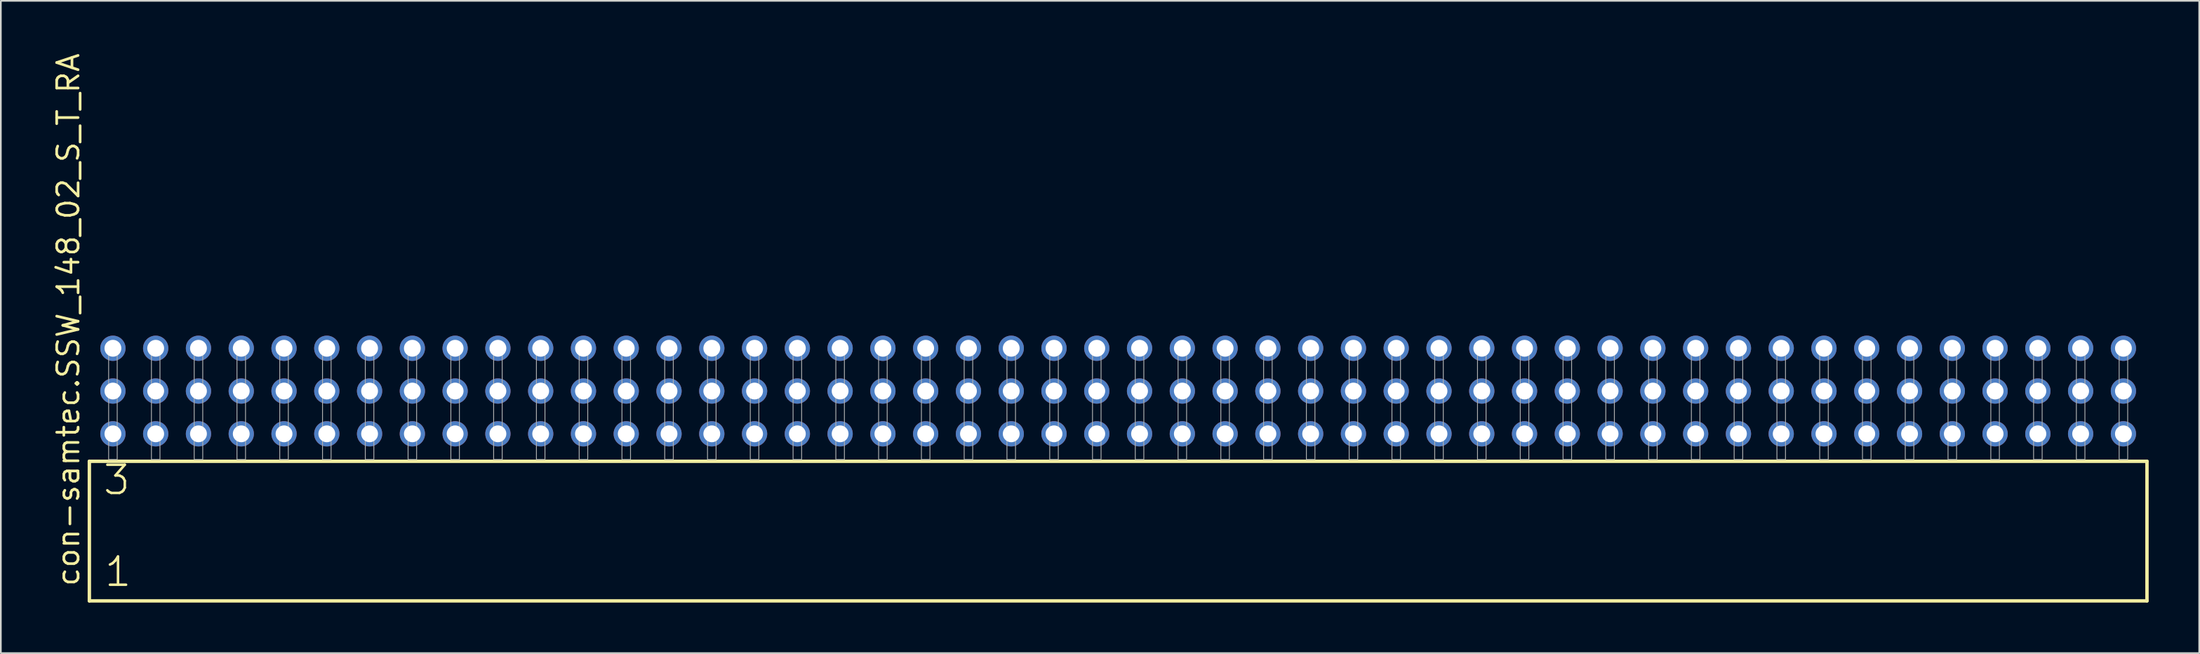
<source format=kicad_pcb>
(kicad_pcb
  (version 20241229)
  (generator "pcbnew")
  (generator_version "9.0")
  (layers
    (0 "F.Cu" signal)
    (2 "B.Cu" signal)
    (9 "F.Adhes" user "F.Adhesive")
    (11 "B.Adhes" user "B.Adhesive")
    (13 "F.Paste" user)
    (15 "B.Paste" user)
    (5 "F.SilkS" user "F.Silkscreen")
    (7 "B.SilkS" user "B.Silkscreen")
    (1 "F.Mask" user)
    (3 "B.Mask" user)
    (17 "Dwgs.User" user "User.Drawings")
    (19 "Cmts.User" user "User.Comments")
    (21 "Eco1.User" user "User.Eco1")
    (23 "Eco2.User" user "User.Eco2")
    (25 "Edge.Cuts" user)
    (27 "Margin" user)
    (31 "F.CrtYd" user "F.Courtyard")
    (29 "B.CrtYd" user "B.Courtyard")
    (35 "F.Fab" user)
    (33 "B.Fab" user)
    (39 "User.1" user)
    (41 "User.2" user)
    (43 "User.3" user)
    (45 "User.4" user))
  (footprint "con-samtec.SSW_148_02_S_T_RA"
    (layer "F.Cu")
    (at 63.345 24.235)
    (property "Reference" "con-samtec.SSW_148_02_S_T_RA" (at -61.595 7.62 90) (layer "F.SilkS") (effects (font (size 1.27 1.27) (thickness 0.16)) (justify left bottom)))
    (attr through_hole)
    (fp_line (start -61.089 0.106) (end -61.089 8.396) (stroke (width 0.203) (type default)) (layer "F.SilkS"))
    (fp_line (start -61.089 8.396) (end 61.089 8.396) (stroke (width 0.203) (type default)) (layer "F.SilkS"))
    (fp_line (start 61.089 0.106) (end -61.089 0.106) (stroke (width 0.203) (type default)) (layer "F.SilkS"))
    (fp_line (start 61.089 8.396) (end 61.089 0.106) (stroke (width 0.203) (type default)) (layer "F.SilkS"))
    (fp_rect (start -59.944 0) (end -59.436 -6.858) (stroke (width 0.05) (type default)) (fill no) (layer "F.Fab"))
    (fp_rect (start -57.404 0) (end -56.896 -6.858) (stroke (width 0.05) (type default)) (fill no) (layer "F.Fab"))
    (fp_rect (start -54.864 0) (end -54.356 -6.858) (stroke (width 0.05) (type default)) (fill no) (layer "F.Fab"))
    (fp_rect (start -52.324 0) (end -51.816 -6.858) (stroke (width 0.05) (type default)) (fill no) (layer "F.Fab"))
    (fp_rect (start -49.784 0) (end -49.276 -6.858) (stroke (width 0.05) (type default)) (fill no) (layer "F.Fab"))
    (fp_rect (start -47.244 0) (end -46.736 -6.858) (stroke (width 0.05) (type default)) (fill no) (layer "F.Fab"))
    (fp_rect (start -44.704 0) (end -44.196 -6.858) (stroke (width 0.05) (type default)) (fill no) (layer "F.Fab"))
    (fp_rect (start -42.164 0) (end -41.656 -6.858) (stroke (width 0.05) (type default)) (fill no) (layer "F.Fab"))
    (fp_rect (start -39.624 0) (end -39.116 -6.858) (stroke (width 0.05) (type default)) (fill no) (layer "F.Fab"))
    (fp_rect (start -37.084 0) (end -36.576 -6.858) (stroke (width 0.05) (type default)) (fill no) (layer "F.Fab"))
    (fp_rect (start -34.544 0) (end -34.036 -6.858) (stroke (width 0.05) (type default)) (fill no) (layer "F.Fab"))
    (fp_rect (start -32.004 0) (end -31.496 -6.858) (stroke (width 0.05) (type default)) (fill no) (layer "F.Fab"))
    (fp_rect (start -29.464 0) (end -28.956 -6.858) (stroke (width 0.05) (type default)) (fill no) (layer "F.Fab"))
    (fp_rect (start -26.924 0) (end -26.416 -6.858) (stroke (width 0.05) (type default)) (fill no) (layer "F.Fab"))
    (fp_rect (start -24.384 0) (end -23.876 -6.858) (stroke (width 0.05) (type default)) (fill no) (layer "F.Fab"))
    (fp_rect (start -21.844 0) (end -21.336 -6.858) (stroke (width 0.05) (type default)) (fill no) (layer "F.Fab"))
    (fp_rect (start -19.304 0) (end -18.796 -6.858) (stroke (width 0.05) (type default)) (fill no) (layer "F.Fab"))
    (fp_rect (start -16.764 0) (end -16.256 -6.858) (stroke (width 0.05) (type default)) (fill no) (layer "F.Fab"))
    (fp_rect (start -14.224 0) (end -13.716 -6.858) (stroke (width 0.05) (type default)) (fill no) (layer "F.Fab"))
    (fp_rect (start -11.684 0) (end -11.176 -6.858) (stroke (width 0.05) (type default)) (fill no) (layer "F.Fab"))
    (fp_rect (start -9.144 0) (end -8.636 -6.858) (stroke (width 0.05) (type default)) (fill no) (layer "F.Fab"))
    (fp_rect (start -6.604 0) (end -6.096 -6.858) (stroke (width 0.05) (type default)) (fill no) (layer "F.Fab"))
    (fp_rect (start -4.064 0) (end -3.556 -6.858) (stroke (width 0.05) (type default)) (fill no) (layer "F.Fab"))
    (fp_rect (start -1.524 0) (end -1.016 -6.858) (stroke (width 0.05) (type default)) (fill no) (layer "F.Fab"))
    (fp_rect (start 1.016 0) (end 1.524 -6.858) (stroke (width 0.05) (type default)) (fill no) (layer "F.Fab"))
    (fp_rect (start 3.556 0) (end 4.064 -6.858) (stroke (width 0.05) (type default)) (fill no) (layer "F.Fab"))
    (fp_rect (start 6.096 0) (end 6.604 -6.858) (stroke (width 0.05) (type default)) (fill no) (layer "F.Fab"))
    (fp_rect (start 8.636 0) (end 9.144 -6.858) (stroke (width 0.05) (type default)) (fill no) (layer "F.Fab"))
    (fp_rect (start 11.176 0) (end 11.684 -6.858) (stroke (width 0.05) (type default)) (fill no) (layer "F.Fab"))
    (fp_rect (start 13.716 0) (end 14.224 -6.858) (stroke (width 0.05) (type default)) (fill no) (layer "F.Fab"))
    (fp_rect (start 16.256 0) (end 16.764 -6.858) (stroke (width 0.05) (type default)) (fill no) (layer "F.Fab"))
    (fp_rect (start 18.796 0) (end 19.304 -6.858) (stroke (width 0.05) (type default)) (fill no) (layer "F.Fab"))
    (fp_rect (start 21.336 0) (end 21.844 -6.858) (stroke (width 0.05) (type default)) (fill no) (layer "F.Fab"))
    (fp_rect (start 23.876 0) (end 24.384 -6.858) (stroke (width 0.05) (type default)) (fill no) (layer "F.Fab"))
    (fp_rect (start 26.416 0) (end 26.924 -6.858) (stroke (width 0.05) (type default)) (fill no) (layer "F.Fab"))
    (fp_rect (start 28.956 0) (end 29.464 -6.858) (stroke (width 0.05) (type default)) (fill no) (layer "F.Fab"))
    (fp_rect (start 31.496 0) (end 32.004 -6.858) (stroke (width 0.05) (type default)) (fill no) (layer "F.Fab"))
    (fp_rect (start 34.036 0) (end 34.544 -6.858) (stroke (width 0.05) (type default)) (fill no) (layer "F.Fab"))
    (fp_rect (start 36.576 0) (end 37.084 -6.858) (stroke (width 0.05) (type default)) (fill no) (layer "F.Fab"))
    (fp_rect (start 39.116 0) (end 39.624 -6.858) (stroke (width 0.05) (type default)) (fill no) (layer "F.Fab"))
    (fp_rect (start 41.656 0) (end 42.164 -6.858) (stroke (width 0.05) (type default)) (fill no) (layer "F.Fab"))
    (fp_rect (start 44.196 0) (end 44.704 -6.858) (stroke (width 0.05) (type default)) (fill no) (layer "F.Fab"))
    (fp_rect (start 46.736 0) (end 47.244 -6.858) (stroke (width 0.05) (type default)) (fill no) (layer "F.Fab"))
    (fp_rect (start 49.276 0) (end 49.784 -6.858) (stroke (width 0.05) (type default)) (fill no) (layer "F.Fab"))
    (fp_rect (start 51.816 0) (end 52.324 -6.858) (stroke (width 0.05) (type default)) (fill no) (layer "F.Fab"))
    (fp_rect (start 54.356 0) (end 54.864 -6.858) (stroke (width 0.05) (type default)) (fill no) (layer "F.Fab"))
    (fp_rect (start 56.896 0) (end 57.404 -6.858) (stroke (width 0.05) (type default)) (fill no) (layer "F.Fab"))
    (fp_rect (start 59.436 0) (end 59.944 -6.858) (stroke (width 0.05) (type default)) (fill no) (layer "F.Fab"))
    (fp_text user "1" (at -60.285 7.65 0) (layer "F.SilkS") (effects (font (size 1.676 1.676) (thickness 0.15)) (justify left bottom)))
    (fp_text user "3" (at -60.36 2.2 0) (layer "F.SilkS") (effects (font (size 1.676 1.676) (thickness 0.15)) (justify left bottom)))
    (pad "1" thru_hole circle (at -59.69 -1.524) (size 1.5 1.5) (drill 1) (layers "*.Cu" "*.Mask"))
    (pad "2" thru_hole circle (at -59.69 -4.064) (size 1.5 1.5) (drill 1) (layers "*.Cu" "*.Mask"))
    (pad "3" thru_hole circle (at -59.69 -6.604) (size 1.5 1.5) (drill 1) (layers "*.Cu" "*.Mask"))
    (pad "4" thru_hole circle (at -57.15 -1.524) (size 1.5 1.5) (drill 1) (layers "*.Cu" "*.Mask"))
    (pad "5" thru_hole circle (at -57.15 -4.064) (size 1.5 1.5) (drill 1) (layers "*.Cu" "*.Mask"))
    (pad "6" thru_hole circle (at -57.15 -6.604) (size 1.5 1.5) (drill 1) (layers "*.Cu" "*.Mask"))
    (pad "7" thru_hole circle (at -54.61 -1.524) (size 1.5 1.5) (drill 1) (layers "*.Cu" "*.Mask"))
    (pad "8" thru_hole circle (at -54.61 -4.064) (size 1.5 1.5) (drill 1) (layers "*.Cu" "*.Mask"))
    (pad "9" thru_hole circle (at -54.61 -6.604) (size 1.5 1.5) (drill 1) (layers "*.Cu" "*.Mask"))
    (pad "10" thru_hole circle (at -52.07 -1.524) (size 1.5 1.5) (drill 1) (layers "*.Cu" "*.Mask"))
    (pad "11" thru_hole circle (at -52.07 -4.064) (size 1.5 1.5) (drill 1) (layers "*.Cu" "*.Mask"))
    (pad "12" thru_hole circle (at -52.07 -6.604) (size 1.5 1.5) (drill 1) (layers "*.Cu" "*.Mask"))
    (pad "13" thru_hole circle (at -49.53 -1.524) (size 1.5 1.5) (drill 1) (layers "*.Cu" "*.Mask"))
    (pad "14" thru_hole circle (at -49.53 -4.064) (size 1.5 1.5) (drill 1) (layers "*.Cu" "*.Mask"))
    (pad "15" thru_hole circle (at -49.53 -6.604) (size 1.5 1.5) (drill 1) (layers "*.Cu" "*.Mask"))
    (pad "16" thru_hole circle (at -46.99 -1.524) (size 1.5 1.5) (drill 1) (layers "*.Cu" "*.Mask"))
    (pad "17" thru_hole circle (at -46.99 -4.064) (size 1.5 1.5) (drill 1) (layers "*.Cu" "*.Mask"))
    (pad "18" thru_hole circle (at -46.99 -6.604) (size 1.5 1.5) (drill 1) (layers "*.Cu" "*.Mask"))
    (pad "19" thru_hole circle (at -44.45 -1.524) (size 1.5 1.5) (drill 1) (layers "*.Cu" "*.Mask"))
    (pad "20" thru_hole circle (at -44.45 -4.064) (size 1.5 1.5) (drill 1) (layers "*.Cu" "*.Mask"))
    (pad "21" thru_hole circle (at -44.45 -6.604) (size 1.5 1.5) (drill 1) (layers "*.Cu" "*.Mask"))
    (pad "22" thru_hole circle (at -41.91 -1.524) (size 1.5 1.5) (drill 1) (layers "*.Cu" "*.Mask"))
    (pad "23" thru_hole circle (at -41.91 -4.064) (size 1.5 1.5) (drill 1) (layers "*.Cu" "*.Mask"))
    (pad "24" thru_hole circle (at -41.91 -6.604) (size 1.5 1.5) (drill 1) (layers "*.Cu" "*.Mask"))
    (pad "25" thru_hole circle (at -39.37 -1.524) (size 1.5 1.5) (drill 1) (layers "*.Cu" "*.Mask"))
    (pad "26" thru_hole circle (at -39.37 -4.064) (size 1.5 1.5) (drill 1) (layers "*.Cu" "*.Mask"))
    (pad "27" thru_hole circle (at -39.37 -6.604) (size 1.5 1.5) (drill 1) (layers "*.Cu" "*.Mask"))
    (pad "28" thru_hole circle (at -36.83 -1.524) (size 1.5 1.5) (drill 1) (layers "*.Cu" "*.Mask"))
    (pad "29" thru_hole circle (at -36.83 -4.064) (size 1.5 1.5) (drill 1) (layers "*.Cu" "*.Mask"))
    (pad "30" thru_hole circle (at -36.83 -6.604) (size 1.5 1.5) (drill 1) (layers "*.Cu" "*.Mask"))
    (pad "31" thru_hole circle (at -34.29 -1.524) (size 1.5 1.5) (drill 1) (layers "*.Cu" "*.Mask"))
    (pad "32" thru_hole circle (at -34.29 -4.064) (size 1.5 1.5) (drill 1) (layers "*.Cu" "*.Mask"))
    (pad "33" thru_hole circle (at -34.29 -6.604) (size 1.5 1.5) (drill 1) (layers "*.Cu" "*.Mask"))
    (pad "34" thru_hole circle (at -31.75 -1.524) (size 1.5 1.5) (drill 1) (layers "*.Cu" "*.Mask"))
    (pad "35" thru_hole circle (at -31.75 -4.064) (size 1.5 1.5) (drill 1) (layers "*.Cu" "*.Mask"))
    (pad "36" thru_hole circle (at -31.75 -6.604) (size 1.5 1.5) (drill 1) (layers "*.Cu" "*.Mask"))
    (pad "37" thru_hole circle (at -29.21 -1.524) (size 1.5 1.5) (drill 1) (layers "*.Cu" "*.Mask"))
    (pad "38" thru_hole circle (at -29.21 -4.064) (size 1.5 1.5) (drill 1) (layers "*.Cu" "*.Mask"))
    (pad "39" thru_hole circle (at -29.21 -6.604) (size 1.5 1.5) (drill 1) (layers "*.Cu" "*.Mask"))
    (pad "40" thru_hole circle (at -26.67 -1.524) (size 1.5 1.5) (drill 1) (layers "*.Cu" "*.Mask"))
    (pad "41" thru_hole circle (at -26.67 -4.064) (size 1.5 1.5) (drill 1) (layers "*.Cu" "*.Mask"))
    (pad "42" thru_hole circle (at -26.67 -6.604) (size 1.5 1.5) (drill 1) (layers "*.Cu" "*.Mask"))
    (pad "43" thru_hole circle (at -24.13 -1.524) (size 1.5 1.5) (drill 1) (layers "*.Cu" "*.Mask"))
    (pad "44" thru_hole circle (at -24.13 -4.064) (size 1.5 1.5) (drill 1) (layers "*.Cu" "*.Mask"))
    (pad "45" thru_hole circle (at -24.13 -6.604) (size 1.5 1.5) (drill 1) (layers "*.Cu" "*.Mask"))
    (pad "46" thru_hole circle (at -21.59 -1.524) (size 1.5 1.5) (drill 1) (layers "*.Cu" "*.Mask"))
    (pad "47" thru_hole circle (at -21.59 -4.064) (size 1.5 1.5) (drill 1) (layers "*.Cu" "*.Mask"))
    (pad "48" thru_hole circle (at -21.59 -6.604) (size 1.5 1.5) (drill 1) (layers "*.Cu" "*.Mask"))
    (pad "49" thru_hole circle (at -19.05 -1.524) (size 1.5 1.5) (drill 1) (layers "*.Cu" "*.Mask"))
    (pad "50" thru_hole circle (at -19.05 -4.064) (size 1.5 1.5) (drill 1) (layers "*.Cu" "*.Mask"))
    (pad "51" thru_hole circle (at -19.05 -6.604) (size 1.5 1.5) (drill 1) (layers "*.Cu" "*.Mask"))
    (pad "52" thru_hole circle (at -16.51 -1.524) (size 1.5 1.5) (drill 1) (layers "*.Cu" "*.Mask"))
    (pad "53" thru_hole circle (at -16.51 -4.064) (size 1.5 1.5) (drill 1) (layers "*.Cu" "*.Mask"))
    (pad "54" thru_hole circle (at -16.51 -6.604) (size 1.5 1.5) (drill 1) (layers "*.Cu" "*.Mask"))
    (pad "55" thru_hole circle (at -13.97 -1.524) (size 1.5 1.5) (drill 1) (layers "*.Cu" "*.Mask"))
    (pad "56" thru_hole circle (at -13.97 -4.064) (size 1.5 1.5) (drill 1) (layers "*.Cu" "*.Mask"))
    (pad "57" thru_hole circle (at -13.97 -6.604) (size 1.5 1.5) (drill 1) (layers "*.Cu" "*.Mask"))
    (pad "58" thru_hole circle (at -11.43 -1.524) (size 1.5 1.5) (drill 1) (layers "*.Cu" "*.Mask"))
    (pad "59" thru_hole circle (at -11.43 -4.064) (size 1.5 1.5) (drill 1) (layers "*.Cu" "*.Mask"))
    (pad "60" thru_hole circle (at -11.43 -6.604) (size 1.5 1.5) (drill 1) (layers "*.Cu" "*.Mask"))
    (pad "61" thru_hole circle (at -8.89 -1.524) (size 1.5 1.5) (drill 1) (layers "*.Cu" "*.Mask"))
    (pad "62" thru_hole circle (at -8.89 -4.064) (size 1.5 1.5) (drill 1) (layers "*.Cu" "*.Mask"))
    (pad "63" thru_hole circle (at -8.89 -6.604) (size 1.5 1.5) (drill 1) (layers "*.Cu" "*.Mask"))
    (pad "64" thru_hole circle (at -6.35 -1.524) (size 1.5 1.5) (drill 1) (layers "*.Cu" "*.Mask"))
    (pad "65" thru_hole circle (at -6.35 -4.064) (size 1.5 1.5) (drill 1) (layers "*.Cu" "*.Mask"))
    (pad "66" thru_hole circle (at -6.35 -6.604) (size 1.5 1.5) (drill 1) (layers "*.Cu" "*.Mask"))
    (pad "67" thru_hole circle (at -3.81 -1.524) (size 1.5 1.5) (drill 1) (layers "*.Cu" "*.Mask"))
    (pad "68" thru_hole circle (at -3.81 -4.064) (size 1.5 1.5) (drill 1) (layers "*.Cu" "*.Mask"))
    (pad "69" thru_hole circle (at -3.81 -6.604) (size 1.5 1.5) (drill 1) (layers "*.Cu" "*.Mask"))
    (pad "70" thru_hole circle (at -1.27 -1.524) (size 1.5 1.5) (drill 1) (layers "*.Cu" "*.Mask"))
    (pad "71" thru_hole circle (at -1.27 -4.064) (size 1.5 1.5) (drill 1) (layers "*.Cu" "*.Mask"))
    (pad "72" thru_hole circle (at -1.27 -6.604) (size 1.5 1.5) (drill 1) (layers "*.Cu" "*.Mask"))
    (pad "73" thru_hole circle (at 1.27 -1.524) (size 1.5 1.5) (drill 1) (layers "*.Cu" "*.Mask"))
    (pad "74" thru_hole circle (at 1.27 -4.064) (size 1.5 1.5) (drill 1) (layers "*.Cu" "*.Mask"))
    (pad "75" thru_hole circle (at 1.27 -6.604) (size 1.5 1.5) (drill 1) (layers "*.Cu" "*.Mask"))
    (pad "76" thru_hole circle (at 3.81 -1.524) (size 1.5 1.5) (drill 1) (layers "*.Cu" "*.Mask"))
    (pad "77" thru_hole circle (at 3.81 -4.064) (size 1.5 1.5) (drill 1) (layers "*.Cu" "*.Mask"))
    (pad "78" thru_hole circle (at 3.81 -6.604) (size 1.5 1.5) (drill 1) (layers "*.Cu" "*.Mask"))
    (pad "79" thru_hole circle (at 6.35 -1.524) (size 1.5 1.5) (drill 1) (layers "*.Cu" "*.Mask"))
    (pad "80" thru_hole circle (at 6.35 -4.064) (size 1.5 1.5) (drill 1) (layers "*.Cu" "*.Mask"))
    (pad "81" thru_hole circle (at 6.35 -6.604) (size 1.5 1.5) (drill 1) (layers "*.Cu" "*.Mask"))
    (pad "82" thru_hole circle (at 8.89 -1.524) (size 1.5 1.5) (drill 1) (layers "*.Cu" "*.Mask"))
    (pad "83" thru_hole circle (at 8.89 -4.064) (size 1.5 1.5) (drill 1) (layers "*.Cu" "*.Mask"))
    (pad "84" thru_hole circle (at 8.89 -6.604) (size 1.5 1.5) (drill 1) (layers "*.Cu" "*.Mask"))
    (pad "85" thru_hole circle (at 11.43 -1.524) (size 1.5 1.5) (drill 1) (layers "*.Cu" "*.Mask"))
    (pad "86" thru_hole circle (at 11.43 -4.064) (size 1.5 1.5) (drill 1) (layers "*.Cu" "*.Mask"))
    (pad "87" thru_hole circle (at 11.43 -6.604) (size 1.5 1.5) (drill 1) (layers "*.Cu" "*.Mask"))
    (pad "88" thru_hole circle (at 13.97 -1.524) (size 1.5 1.5) (drill 1) (layers "*.Cu" "*.Mask"))
    (pad "89" thru_hole circle (at 13.97 -4.064) (size 1.5 1.5) (drill 1) (layers "*.Cu" "*.Mask"))
    (pad "90" thru_hole circle (at 13.97 -6.604) (size 1.5 1.5) (drill 1) (layers "*.Cu" "*.Mask"))
    (pad "91" thru_hole circle (at 16.51 -1.524) (size 1.5 1.5) (drill 1) (layers "*.Cu" "*.Mask"))
    (pad "92" thru_hole circle (at 16.51 -4.064) (size 1.5 1.5) (drill 1) (layers "*.Cu" "*.Mask"))
    (pad "93" thru_hole circle (at 16.51 -6.604) (size 1.5 1.5) (drill 1) (layers "*.Cu" "*.Mask"))
    (pad "94" thru_hole circle (at 19.05 -1.524) (size 1.5 1.5) (drill 1) (layers "*.Cu" "*.Mask"))
    (pad "95" thru_hole circle (at 19.05 -4.064) (size 1.5 1.5) (drill 1) (layers "*.Cu" "*.Mask"))
    (pad "96" thru_hole circle (at 19.05 -6.604) (size 1.5 1.5) (drill 1) (layers "*.Cu" "*.Mask"))
    (pad "97" thru_hole circle (at 21.59 -1.524) (size 1.5 1.5) (drill 1) (layers "*.Cu" "*.Mask"))
    (pad "98" thru_hole circle (at 21.59 -4.064) (size 1.5 1.5) (drill 1) (layers "*.Cu" "*.Mask"))
    (pad "99" thru_hole circle (at 21.59 -6.604) (size 1.5 1.5) (drill 1) (layers "*.Cu" "*.Mask"))
    (pad "100" thru_hole circle (at 24.13 -1.524) (size 1.5 1.5) (drill 1) (layers "*.Cu" "*.Mask"))
    (pad "101" thru_hole circle (at 24.13 -4.064) (size 1.5 1.5) (drill 1) (layers "*.Cu" "*.Mask"))
    (pad "102" thru_hole circle (at 24.13 -6.604) (size 1.5 1.5) (drill 1) (layers "*.Cu" "*.Mask"))
    (pad "103" thru_hole circle (at 26.67 -1.524) (size 1.5 1.5) (drill 1) (layers "*.Cu" "*.Mask"))
    (pad "104" thru_hole circle (at 26.67 -4.064) (size 1.5 1.5) (drill 1) (layers "*.Cu" "*.Mask"))
    (pad "105" thru_hole circle (at 26.67 -6.604) (size 1.5 1.5) (drill 1) (layers "*.Cu" "*.Mask"))
    (pad "106" thru_hole circle (at 29.21 -1.524) (size 1.5 1.5) (drill 1) (layers "*.Cu" "*.Mask"))
    (pad "107" thru_hole circle (at 29.21 -4.064) (size 1.5 1.5) (drill 1) (layers "*.Cu" "*.Mask"))
    (pad "108" thru_hole circle (at 29.21 -6.604) (size 1.5 1.5) (drill 1) (layers "*.Cu" "*.Mask"))
    (pad "109" thru_hole circle (at 31.75 -1.524) (size 1.5 1.5) (drill 1) (layers "*.Cu" "*.Mask"))
    (pad "110" thru_hole circle (at 31.75 -4.064) (size 1.5 1.5) (drill 1) (layers "*.Cu" "*.Mask"))
    (pad "111" thru_hole circle (at 31.75 -6.604) (size 1.5 1.5) (drill 1) (layers "*.Cu" "*.Mask"))
    (pad "112" thru_hole circle (at 34.29 -1.524) (size 1.5 1.5) (drill 1) (layers "*.Cu" "*.Mask"))
    (pad "113" thru_hole circle (at 34.29 -4.064) (size 1.5 1.5) (drill 1) (layers "*.Cu" "*.Mask"))
    (pad "114" thru_hole circle (at 34.29 -6.604) (size 1.5 1.5) (drill 1) (layers "*.Cu" "*.Mask"))
    (pad "115" thru_hole circle (at 36.83 -1.524) (size 1.5 1.5) (drill 1) (layers "*.Cu" "*.Mask"))
    (pad "116" thru_hole circle (at 36.83 -4.064) (size 1.5 1.5) (drill 1) (layers "*.Cu" "*.Mask"))
    (pad "117" thru_hole circle (at 36.83 -6.604) (size 1.5 1.5) (drill 1) (layers "*.Cu" "*.Mask"))
    (pad "118" thru_hole circle (at 39.37 -1.524) (size 1.5 1.5) (drill 1) (layers "*.Cu" "*.Mask"))
    (pad "119" thru_hole circle (at 39.37 -4.064) (size 1.5 1.5) (drill 1) (layers "*.Cu" "*.Mask"))
    (pad "120" thru_hole circle (at 39.37 -6.604) (size 1.5 1.5) (drill 1) (layers "*.Cu" "*.Mask"))
    (pad "121" thru_hole circle (at 41.91 -1.524) (size 1.5 1.5) (drill 1) (layers "*.Cu" "*.Mask"))
    (pad "122" thru_hole circle (at 41.91 -4.064) (size 1.5 1.5) (drill 1) (layers "*.Cu" "*.Mask"))
    (pad "123" thru_hole circle (at 41.91 -6.604) (size 1.5 1.5) (drill 1) (layers "*.Cu" "*.Mask"))
    (pad "124" thru_hole circle (at 44.45 -1.524) (size 1.5 1.5) (drill 1) (layers "*.Cu" "*.Mask"))
    (pad "125" thru_hole circle (at 44.45 -4.064) (size 1.5 1.5) (drill 1) (layers "*.Cu" "*.Mask"))
    (pad "126" thru_hole circle (at 44.45 -6.604) (size 1.5 1.5) (drill 1) (layers "*.Cu" "*.Mask"))
    (pad "127" thru_hole circle (at 46.99 -1.524) (size 1.5 1.5) (drill 1) (layers "*.Cu" "*.Mask"))
    (pad "128" thru_hole circle (at 46.99 -4.064) (size 1.5 1.5) (drill 1) (layers "*.Cu" "*.Mask"))
    (pad "129" thru_hole circle (at 46.99 -6.604) (size 1.5 1.5) (drill 1) (layers "*.Cu" "*.Mask"))
    (pad "130" thru_hole circle (at 49.53 -1.524) (size 1.5 1.5) (drill 1) (layers "*.Cu" "*.Mask"))
    (pad "131" thru_hole circle (at 49.53 -4.064) (size 1.5 1.5) (drill 1) (layers "*.Cu" "*.Mask"))
    (pad "132" thru_hole circle (at 49.53 -6.604) (size 1.5 1.5) (drill 1) (layers "*.Cu" "*.Mask"))
    (pad "133" thru_hole circle (at 52.07 -1.524) (size 1.5 1.5) (drill 1) (layers "*.Cu" "*.Mask"))
    (pad "134" thru_hole circle (at 52.07 -4.064) (size 1.5 1.5) (drill 1) (layers "*.Cu" "*.Mask"))
    (pad "135" thru_hole circle (at 52.07 -6.604) (size 1.5 1.5) (drill 1) (layers "*.Cu" "*.Mask"))
    (pad "136" thru_hole circle (at 54.61 -1.524) (size 1.5 1.5) (drill 1) (layers "*.Cu" "*.Mask"))
    (pad "137" thru_hole circle (at 54.61 -4.064) (size 1.5 1.5) (drill 1) (layers "*.Cu" "*.Mask"))
    (pad "138" thru_hole circle (at 54.61 -6.604) (size 1.5 1.5) (drill 1) (layers "*.Cu" "*.Mask"))
    (pad "139" thru_hole circle (at 57.15 -1.524) (size 1.5 1.5) (drill 1) (layers "*.Cu" "*.Mask"))
    (pad "140" thru_hole circle (at 57.15 -4.064) (size 1.5 1.5) (drill 1) (layers "*.Cu" "*.Mask"))
    (pad "141" thru_hole circle (at 57.15 -6.604) (size 1.5 1.5) (drill 1) (layers "*.Cu" "*.Mask"))
    (pad "142" thru_hole circle (at 59.69 -1.524) (size 1.5 1.5) (drill 1) (layers "*.Cu" "*.Mask"))
    (pad "143" thru_hole circle (at 59.69 -4.064) (size 1.5 1.5) (drill 1) (layers "*.Cu" "*.Mask"))
    (pad "144" thru_hole circle (at 59.69 -6.604) (size 1.5 1.5) (drill 1) (layers "*.Cu" "*.Mask")))
  (gr_rect
    (start -3 -3)
    (end 127.536 35.733)
    (stroke (width 0.1) (type default))
    (fill no)
    (layer "Edge.Cuts")))
</source>
